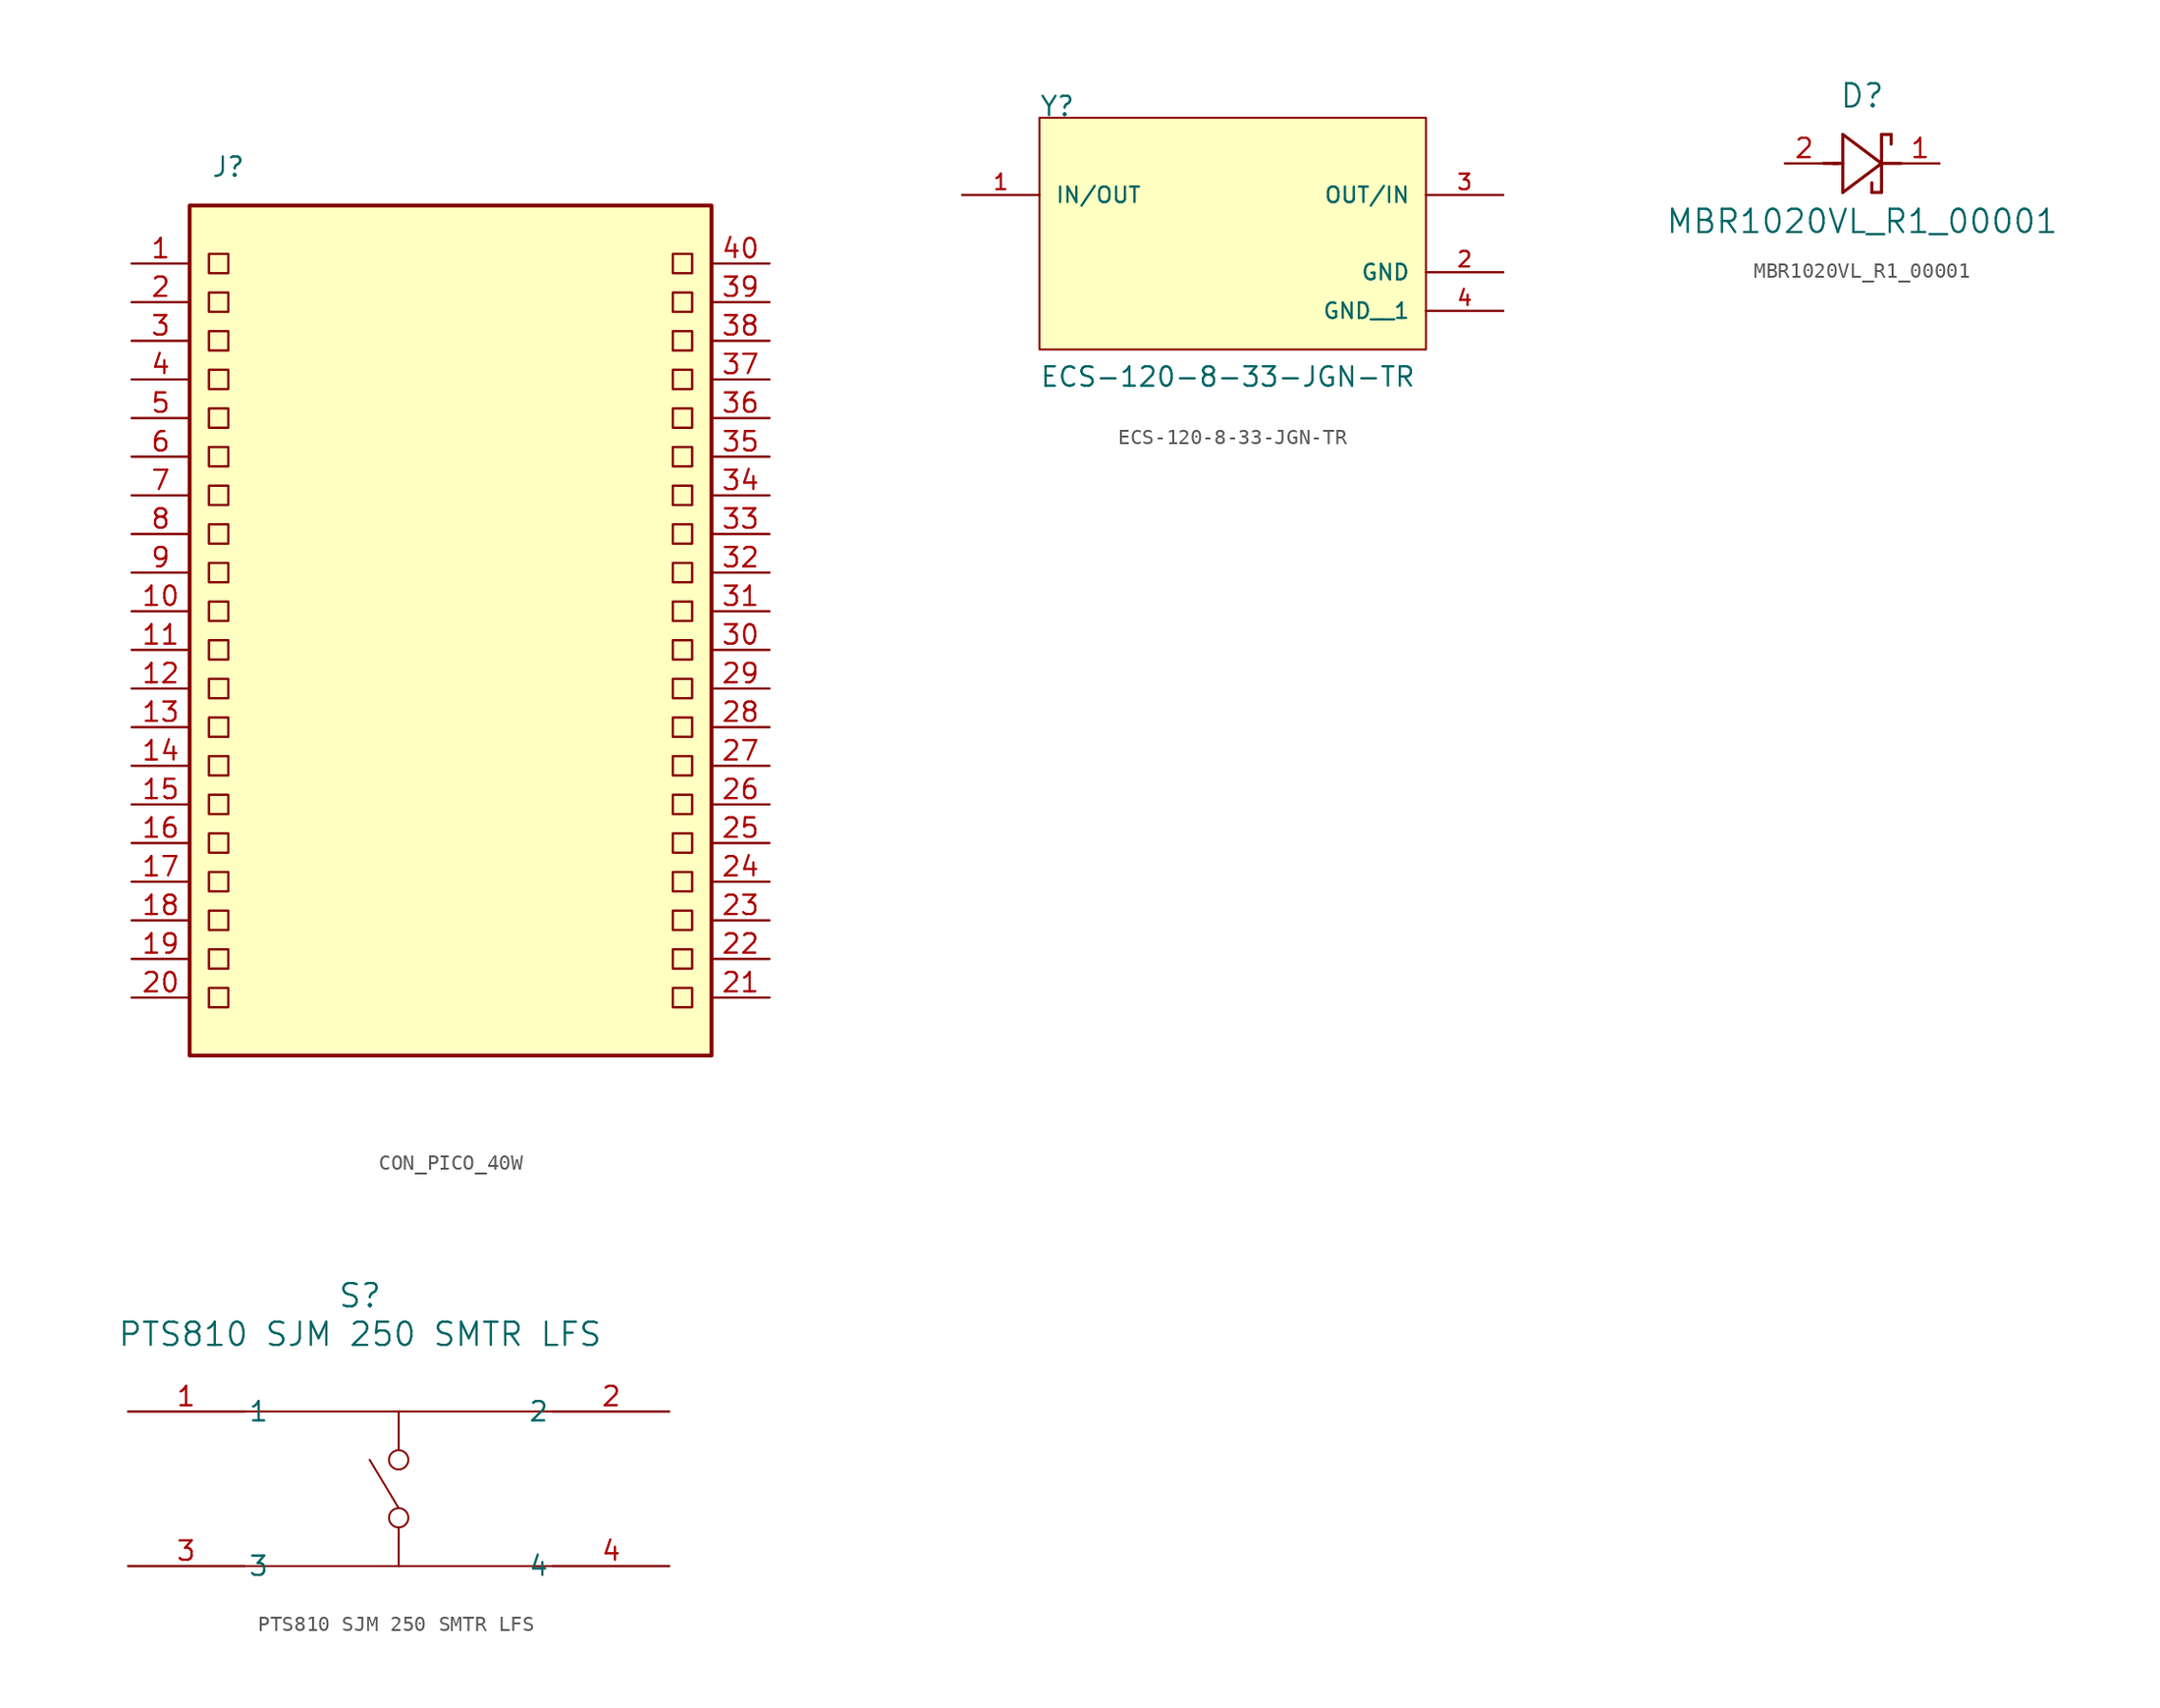
<source format=kicad_sym>
(kicad_symbol_lib
  (version 20220914)
  (generator kicad_symbol_editor)
  (symbol "CON_PICO_40W"
    (property "Reference" "J"
      (at -13.97 29.21 0)
      (effects (font (size 1.27 1.27))))
    (property "Value" ""
      (at 3.81 -15.24 0)
      (effects (font (size 1.27 1.27))))
    (symbol "CON_PICO_40W_0_1"
      (rectangle (start -16.51 26.67) (end 17.78 -29.21) (stroke (width 0.254) (type default)) (fill (type background)))
      (rectangle (start -15.24 -24.765) (end -13.97 -26.035) (stroke (width 0) (type default)) (fill (type none)))
      (rectangle (start -15.24 -22.225) (end -13.97 -23.495) (stroke (width 0) (type default)) (fill (type none)))
      (rectangle (start -15.24 -19.685) (end -13.97 -20.955) (stroke (width 0) (type default)) (fill (type none)))
      (rectangle (start -15.24 -17.145) (end -13.97 -18.415) (stroke (width 0) (type default)) (fill (type none)))
      (rectangle (start -15.24 -14.605) (end -13.97 -15.875) (stroke (width 0) (type default)) (fill (type none)))
      (rectangle (start -15.24 -12.065) (end -13.97 -13.335) (stroke (width 0) (type default)) (fill (type none)))
      (rectangle (start -15.24 -9.525) (end -13.97 -10.795) (stroke (width 0) (type default)) (fill (type none)))
      (rectangle (start -15.24 -6.985) (end -13.97 -8.255) (stroke (width 0) (type default)) (fill (type none)))
      (rectangle (start -15.24 -4.445) (end -13.97 -5.715) (stroke (width 0) (type default)) (fill (type none)))
      (rectangle (start -15.24 -1.905) (end -13.97 -3.175) (stroke (width 0) (type default)) (fill (type none)))
      (rectangle (start -15.24 0.635) (end -13.97 -0.635) (stroke (width 0) (type default)) (fill (type none)))
      (rectangle (start -15.24 3.175) (end -13.97 1.905) (stroke (width 0) (type default)) (fill (type none)))
      (rectangle (start -15.24 5.715) (end -13.97 4.445) (stroke (width 0) (type default)) (fill (type none)))
      (rectangle (start -15.24 8.255) (end -13.97 6.985) (stroke (width 0) (type default)) (fill (type none)))
      (rectangle (start -15.24 10.795) (end -13.97 9.525) (stroke (width 0) (type default)) (fill (type none)))
      (rectangle (start -15.24 13.335) (end -13.97 12.065) (stroke (width 0) (type default)) (fill (type none)))
      (rectangle (start -15.24 15.875) (end -13.97 14.605) (stroke (width 0) (type default)) (fill (type none)))
      (rectangle (start -15.24 18.415) (end -13.97 17.145) (stroke (width 0) (type default)) (fill (type none)))
      (rectangle (start -15.24 20.955) (end -13.97 19.685) (stroke (width 0) (type default)) (fill (type none)))
      (rectangle (start -15.24 23.495) (end -13.97 22.225) (stroke (width 0) (type default)) (fill (type none)))
      (rectangle (start 15.24 -24.765) (end 16.51 -26.035) (stroke (width 0) (type default)) (fill (type none)))
      (rectangle (start 15.24 -22.225) (end 16.51 -23.495) (stroke (width 0) (type default)) (fill (type none)))
      (rectangle (start 15.24 -19.685) (end 16.51 -20.955) (stroke (width 0) (type default)) (fill (type none)))
      (rectangle (start 15.24 -17.145) (end 16.51 -18.415) (stroke (width 0) (type default)) (fill (type none)))
      (rectangle (start 15.24 -14.605) (end 16.51 -15.875) (stroke (width 0) (type default)) (fill (type none)))
      (rectangle (start 15.24 -12.065) (end 16.51 -13.335) (stroke (width 0) (type default)) (fill (type none)))
      (rectangle (start 15.24 -9.525) (end 16.51 -10.795) (stroke (width 0) (type default)) (fill (type none)))
      (rectangle (start 15.24 -6.985) (end 16.51 -8.255) (stroke (width 0) (type default)) (fill (type none)))
      (rectangle (start 15.24 -4.445) (end 16.51 -5.715) (stroke (width 0) (type default)) (fill (type none)))
      (rectangle (start 15.24 -1.905) (end 16.51 -3.175) (stroke (width 0) (type default)) (fill (type none)))
      (rectangle (start 15.24 0.635) (end 16.51 -0.635) (stroke (width 0) (type default)) (fill (type none)))
      (rectangle (start 15.24 3.175) (end 16.51 1.905) (stroke (width 0) (type default)) (fill (type none)))
      (rectangle (start 15.24 5.715) (end 16.51 4.445) (stroke (width 0) (type default)) (fill (type none)))
      (rectangle (start 15.24 8.255) (end 16.51 6.985) (stroke (width 0) (type default)) (fill (type none)))
      (rectangle (start 15.24 10.795) (end 16.51 9.525) (stroke (width 0) (type default)) (fill (type none)))
      (rectangle (start 15.24 13.335) (end 16.51 12.065) (stroke (width 0) (type default)) (fill (type none)))
      (rectangle (start 15.24 15.875) (end 16.51 14.605) (stroke (width 0) (type default)) (fill (type none)))
      (rectangle (start 15.24 18.415) (end 16.51 17.145) (stroke (width 0) (type default)) (fill (type none)))
      (rectangle (start 15.24 20.955) (end 16.51 19.685) (stroke (width 0) (type default)) (fill (type none)))
      (rectangle (start 15.24 23.495) (end 16.51 22.225) (stroke (width 0) (type default)) (fill (type none))))
    (symbol "CON_PICO_40W_1_1"
      (pin input line (at -20.32 22.86 0) (length 3.81) (name "" (effects (font (size 1.27 1.27)))) (number "1" (effects (font (size 1.27 1.27)))))
      (pin input line (at -20.32 0 0) (length 3.81) (name "" (effects (font (size 1.27 1.27)))) (number "10" (effects (font (size 1.27 1.27)))))
      (pin input line (at -20.32 -2.54 0) (length 3.81) (name "" (effects (font (size 1.27 1.27)))) (number "11" (effects (font (size 1.27 1.27)))))
      (pin input line (at -20.32 -5.08 0) (length 3.81) (name "" (effects (font (size 1.27 1.27)))) (number "12" (effects (font (size 1.27 1.27)))))
      (pin input line (at -20.32 -7.62 0) (length 3.81) (name "" (effects (font (size 1.27 1.27)))) (number "13" (effects (font (size 1.27 1.27)))))
      (pin input line (at -20.32 -10.16 0) (length 3.81) (name "" (effects (font (size 1.27 1.27)))) (number "14" (effects (font (size 1.27 1.27)))))
      (pin input line (at -20.32 -12.7 0) (length 3.81) (name "" (effects (font (size 1.27 1.27)))) (number "15" (effects (font (size 1.27 1.27)))))
      (pin input line (at -20.32 -15.24 0) (length 3.81) (name "" (effects (font (size 1.27 1.27)))) (number "16" (effects (font (size 1.27 1.27)))))
      (pin input line (at -20.32 -17.78 0) (length 3.81) (name "" (effects (font (size 1.27 1.27)))) (number "17" (effects (font (size 1.27 1.27)))))
      (pin input line (at -20.32 -20.32 0) (length 3.81) (name "" (effects (font (size 1.27 1.27)))) (number "18" (effects (font (size 1.27 1.27)))))
      (pin input line (at -20.32 -22.86 0) (length 3.81) (name "" (effects (font (size 1.27 1.27)))) (number "19" (effects (font (size 1.27 1.27)))))
      (pin input line (at -20.32 20.32 0) (length 3.81) (name "" (effects (font (size 1.27 1.27)))) (number "2" (effects (font (size 1.27 1.27)))))
      (pin input line (at -20.32 -25.4 0) (length 3.81) (name "" (effects (font (size 1.27 1.27)))) (number "20" (effects (font (size 1.27 1.27)))))
      (pin input line (at 21.59 -25.4 180) (length 3.81) (name "" (effects (font (size 1.27 1.27)))) (number "21" (effects (font (size 1.27 1.27)))))
      (pin input line (at 21.59 -22.86 180) (length 3.81) (name "" (effects (font (size 1.27 1.27)))) (number "22" (effects (font (size 1.27 1.27)))))
      (pin input line (at 21.59 -20.32 180) (length 3.81) (name "" (effects (font (size 1.27 1.27)))) (number "23" (effects (font (size 1.27 1.27)))))
      (pin input line (at 21.59 -17.78 180) (length 3.81) (name "" (effects (font (size 1.27 1.27)))) (number "24" (effects (font (size 1.27 1.27)))))
      (pin input line (at 21.59 -15.24 180) (length 3.81) (name "" (effects (font (size 1.27 1.27)))) (number "25" (effects (font (size 1.27 1.27)))))
      (pin input line (at 21.59 -12.7 180) (length 3.81) (name "" (effects (font (size 1.27 1.27)))) (number "26" (effects (font (size 1.27 1.27)))))
      (pin input line (at 21.59 -10.16 180) (length 3.81) (name "" (effects (font (size 1.27 1.27)))) (number "27" (effects (font (size 1.27 1.27)))))
      (pin input line (at 21.59 -7.62 180) (length 3.81) (name "" (effects (font (size 1.27 1.27)))) (number "28" (effects (font (size 1.27 1.27)))))
      (pin input line (at 21.59 -5.08 180) (length 3.81) (name "" (effects (font (size 1.27 1.27)))) (number "29" (effects (font (size 1.27 1.27)))))
      (pin input line (at -20.32 17.78 0) (length 3.81) (name "" (effects (font (size 1.27 1.27)))) (number "3" (effects (font (size 1.27 1.27)))))
      (pin input line (at 21.59 -2.54 180) (length 3.81) (name "" (effects (font (size 1.27 1.27)))) (number "30" (effects (font (size 1.27 1.27)))))
      (pin input line (at 21.59 0 180) (length 3.81) (name "" (effects (font (size 1.27 1.27)))) (number "31" (effects (font (size 1.27 1.27)))))
      (pin input line (at 21.59 2.54 180) (length 3.81) (name "" (effects (font (size 1.27 1.27)))) (number "32" (effects (font (size 1.27 1.27)))))
      (pin input line (at 21.59 5.08 180) (length 3.81) (name "" (effects (font (size 1.27 1.27)))) (number "33" (effects (font (size 1.27 1.27)))))
      (pin input line (at 21.59 7.62 180) (length 3.81) (name "" (effects (font (size 1.27 1.27)))) (number "34" (effects (font (size 1.27 1.27)))))
      (pin input line (at 21.59 10.16 180) (length 3.81) (name "" (effects (font (size 1.27 1.27)))) (number "35" (effects (font (size 1.27 1.27)))))
      (pin input line (at 21.59 12.7 180) (length 3.81) (name "" (effects (font (size 1.27 1.27)))) (number "36" (effects (font (size 1.27 1.27)))))
      (pin input line (at 21.59 15.24 180) (length 3.81) (name "" (effects (font (size 1.27 1.27)))) (number "37" (effects (font (size 1.27 1.27)))))
      (pin input line (at 21.59 17.78 180) (length 3.81) (name "" (effects (font (size 1.27 1.27)))) (number "38" (effects (font (size 1.27 1.27)))))
      (pin input line (at 21.59 20.32 180) (length 3.81) (name "" (effects (font (size 1.27 1.27)))) (number "39" (effects (font (size 1.27 1.27)))))
      (pin input line (at -20.32 15.24 0) (length 3.81) (name "" (effects (font (size 1.27 1.27)))) (number "4" (effects (font (size 1.27 1.27)))))
      (pin input line (at 21.59 22.86 180) (length 3.81) (name "" (effects (font (size 1.27 1.27)))) (number "40" (effects (font (size 1.27 1.27)))))
      (pin input line (at -20.32 12.7 0) (length 3.81) (name "" (effects (font (size 1.27 1.27)))) (number "5" (effects (font (size 1.27 1.27)))))
      (pin input line (at -20.32 10.16 0) (length 3.81) (name "" (effects (font (size 1.27 1.27)))) (number "6" (effects (font (size 1.27 1.27)))))
      (pin input line (at -20.32 7.62 0) (length 3.81) (name "" (effects (font (size 1.27 1.27)))) (number "7" (effects (font (size 1.27 1.27)))))
      (pin input line (at -20.32 5.08 0) (length 3.81) (name "" (effects (font (size 1.27 1.27)))) (number "8" (effects (font (size 1.27 1.27)))))
      (pin input line (at -20.32 2.54 0) (length 3.81) (name "" (effects (font (size 1.27 1.27)))) (number "9" (effects (font (size 1.27 1.27)))))))
  (symbol "ECS-120-8-33-JGN-TR"
    (pin_names
      (offset 1.016))
    (property "Reference" "Y"
      (at -12.717 7.63 0)
      (effects (font (size 1.27 1.27)) (justify left bottom)))
    (property "Value" "ECS-120-8-33-JGN-TR"
      (at -12.7 -10.16 0)
      (effects (font (size 1.27 1.27)) (justify left bottom)))
    (symbol "ECS-120-8-33-JGN-TR_0_0"
      (rectangle (start -12.7 7.62) (end 12.7 -7.62) (stroke (width 0.127) (type default)) (fill (type background)))
      (pin bidirectional line (at -17.78 2.54 0) (length 5.08) (name "IN/OUT" (effects (font (size 1.016 1.016)))) (number "1" (effects (font (size 1.016 1.016)))))
      (pin power_in line (at 17.78 -2.54 180) (length 5.08) (name "GND" (effects (font (size 1.016 1.016)))) (number "2" (effects (font (size 1.016 1.016)))))
      (pin bidirectional line (at 17.78 2.54 180) (length 5.08) (name "OUT/IN" (effects (font (size 1.016 1.016)))) (number "3" (effects (font (size 1.016 1.016)))))
      (pin power_in line (at 17.78 -5.08 180) (length 5.08) (name "GND__1" (effects (font (size 1.016 1.016)))) (number "4" (effects (font (size 1.016 1.016)))))))
  (symbol "MBR1020VL_R1_00001"
    (pin_names
      (offset 0.254))
    (property "Reference" "D"
      (at 5.08 4.445 0)
      (effects (font (size 1.524 1.524))))
    (property "Value" "MBR1020VL_R1_00001"
      (at 5.08 -3.81 0)
      (effects (font (size 1.524 1.524))))
    (symbol "MBR1020VL_R1_00001_0_1"
      (polyline (pts (xy 2.54 0) (xy 3.48 0)) (stroke (width 0.203) (type default)) (fill (type none)))
      (polyline (pts (xy 3.175 0) (xy 3.81 0)) (stroke (width 0.203) (type default)) (fill (type none)))
      (polyline (pts (xy 3.81 -1.905) (xy 6.35 0)) (stroke (width 0.203) (type default)) (fill (type none)))
      (polyline (pts (xy 3.81 1.905) (xy 3.81 -1.905)) (stroke (width 0.203) (type default)) (fill (type none)))
      (polyline (pts (xy 5.715 -1.905) (xy 5.715 -1.27)) (stroke (width 0.203) (type default)) (fill (type none)))
      (polyline (pts (xy 6.35 -1.905) (xy 5.715 -1.905)) (stroke (width 0.203) (type default)) (fill (type none)))
      (polyline (pts (xy 6.35 -1.905) (xy 6.35 1.905)) (stroke (width 0.203) (type default)) (fill (type none)))
      (polyline (pts (xy 6.35 0) (xy 3.81 1.905)) (stroke (width 0.203) (type default)) (fill (type none)))
      (polyline (pts (xy 6.35 0) (xy 7.62 0)) (stroke (width 0.203) (type default)) (fill (type none)))
      (polyline (pts (xy 6.35 1.905) (xy 6.985 1.905)) (stroke (width 0.203) (type default)) (fill (type none)))
      (polyline (pts (xy 6.985 1.905) (xy 6.985 1.27)) (stroke (width 0.203) (type default)) (fill (type none)))
      (pin unspecified line (at 10.16 0 180) (length 2.54) (name "" (effects (font (size 1.27 1.27)))) (number "1" (effects (font (size 1.27 1.27)))))
      (pin unspecified line (at 0 0 0) (length 2.54) (name "" (effects (font (size 1.27 1.27)))) (number "2" (effects (font (size 1.27 1.27)))))))
  (symbol "PTS810 SJM 250 SMTR LFS"
    (pin_names
      (offset 0.254))
    (property "Reference" "S"
      (at 15.24 7.62 0)
      (effects (font (size 1.524 1.524))))
    (property "Value" "PTS810 SJM 250 SMTR LFS"
      (at 15.24 5.08 0)
      (effects (font (size 1.524 1.524))))
    (symbol "PTS810 SJM 250 SMTR LFS_0_1"
      (polyline (pts (xy 7.62 -10.16) (xy 27.94 -10.16)) (stroke (width 0.127) (type default)) (fill (type none)))
      (polyline (pts (xy 7.62 0) (xy 27.94 0)) (stroke (width 0.127) (type default)) (fill (type none)))
      (polyline (pts (xy 17.78 -10.16) (xy 17.78 -7.62)) (stroke (width 0.127) (type default)) (fill (type none)))
      (polyline (pts (xy 17.78 -6.35) (xy 15.875 -3.175)) (stroke (width 0.127) (type default)) (fill (type none)))
      (polyline (pts (xy 17.78 0) (xy 17.78 -2.54)) (stroke (width 0.127) (type default)) (fill (type none)))
      (circle (center 17.78 -6.985) (radius 0.635) (stroke (width 0.127) (type default)) (fill (type none)))
      (circle (center 17.78 -3.175) (radius 0.635) (stroke (width 0.127) (type default)) (fill (type none)))
      (pin unspecified line (at 0 0 0) (length 7.62) (name "1" (effects (font (size 1.27 1.27)))) (number "1" (effects (font (size 1.27 1.27)))))
      (pin unspecified line (at 35.56 0 180) (length 7.62) (name "2" (effects (font (size 1.27 1.27)))) (number "2" (effects (font (size 1.27 1.27)))))
      (pin unspecified line (at 0 -10.16 0) (length 7.62) (name "3" (effects (font (size 1.27 1.27)))) (number "3" (effects (font (size 1.27 1.27)))))
      (pin unspecified line (at 35.56 -10.16 180) (length 7.62) (name "4" (effects (font (size 1.27 1.27)))) (number "4" (effects (font (size 1.27 1.27))))))))
</source>
